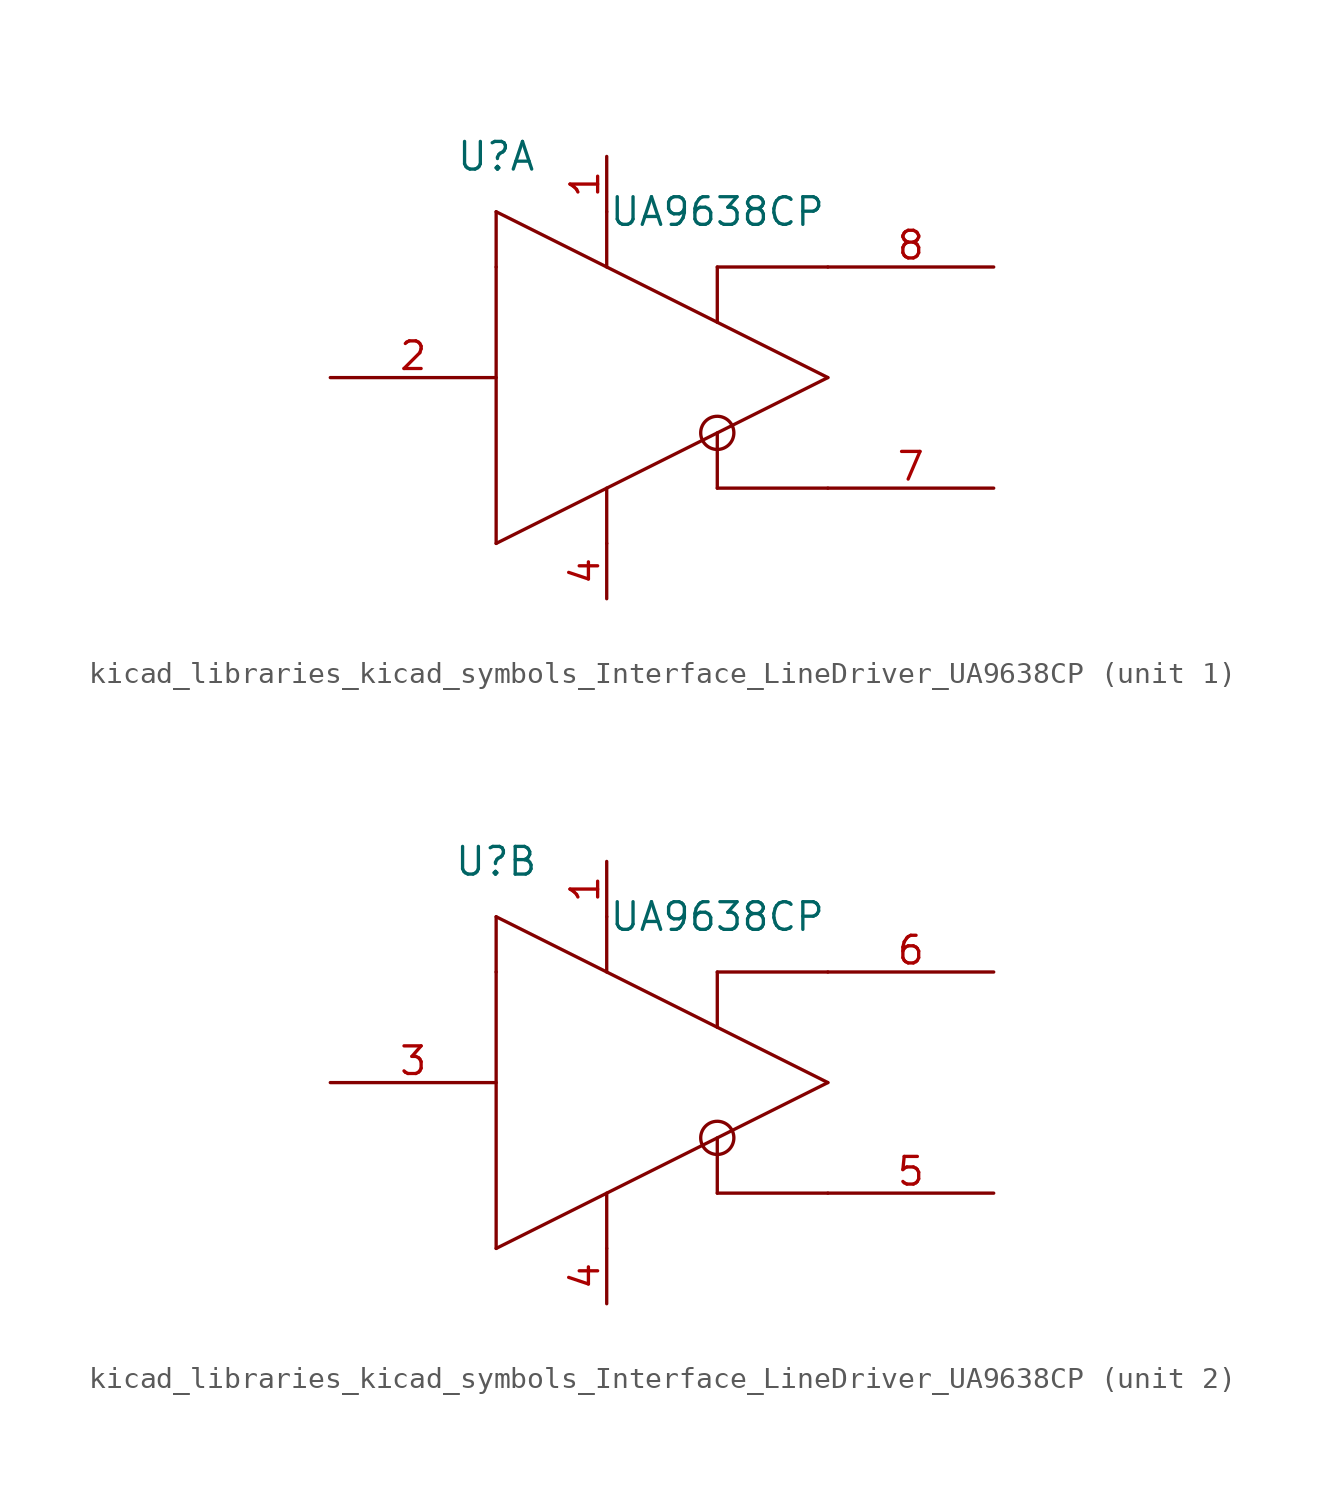
<source format=kicad_sym>
(kicad_symbol_lib
  (version 20220914)
  (generator kicad_symbol_editor)
  (symbol "kicad_libraries_kicad_symbols_Interface_LineDriver_UA9638CP"
    (pin_names
      (offset 1.016) hide)
    (property "Reference" "U"
      (at -7.62 10.16 0)
      (effects (font (size 1.27 1.27))))
    (property "Value" "UA9638CP"
      (at 2.54 7.62 0)
      (effects (font (size 1.27 1.27))))
    (symbol "kicad_libraries_kicad_symbols_Interface_LineDriver_UA9638CP_0_1"
      (polyline (pts (xy -7.62 5.08) (xy -7.62 -7.62)) (stroke (width 0) (type default)) (fill (type none)))
      (polyline (pts (xy -7.62 5.08) (xy -7.62 7.62)) (stroke (width 0) (type default)) (fill (type none)))
      (polyline (pts (xy -7.62 7.62) (xy 7.62 0)) (stroke (width 0) (type default)) (fill (type none)))
      (polyline (pts (xy -2.54 -5.08) (xy -2.54 -7.62)) (stroke (width 0) (type default)) (fill (type none)))
      (polyline (pts (xy -2.54 5.08) (xy -2.54 7.62)) (stroke (width 0) (type default)) (fill (type none)))
      (polyline (pts (xy 2.54 -5.08) (xy 7.62 -5.08)) (stroke (width 0) (type default)) (fill (type none)))
      (polyline (pts (xy 2.54 -2.54) (xy 2.54 -5.08)) (stroke (width 0) (type default)) (fill (type none)))
      (polyline (pts (xy 2.54 5.08) (xy 2.54 2.54)) (stroke (width 0) (type default)) (fill (type none)))
      (polyline (pts (xy 7.62 0) (xy -7.62 -7.62)) (stroke (width 0) (type default)) (fill (type none)))
      (polyline (pts (xy 7.62 5.08) (xy 2.54 5.08)) (stroke (width 0) (type default)) (fill (type none)))
      (circle (center 2.54 -2.54) (radius 0.762) (stroke (width 0) (type default)) (fill (type none))))
    (symbol "kicad_libraries_kicad_symbols_Interface_LineDriver_UA9638CP_1_1"
      (pin power_in line (at -2.54 10.16 270) (length 2.54) (name "VCC" (effects (font (size 1.27 1.27)))) (number "1" (effects (font (size 1.27 1.27)))))
      (pin input line (at -15.24 0 0) (length 7.62) (name "IN" (effects (font (size 1.27 1.27)))) (number "2" (effects (font (size 1.27 1.27)))))
      (pin power_in line (at -2.54 -10.16 90) (length 2.54) (name "GND" (effects (font (size 1.27 1.27)))) (number "4" (effects (font (size 1.27 1.27)))))
      (pin output line (at 15.24 -5.08 180) (length 7.62) (name "OUTA" (effects (font (size 1.27 1.27)))) (number "7" (effects (font (size 1.27 1.27)))))
      (pin output line (at 15.24 5.08 180) (length 7.62) (name "OUTB" (effects (font (size 1.27 1.27)))) (number "8" (effects (font (size 1.27 1.27))))))
    (symbol "kicad_libraries_kicad_symbols_Interface_LineDriver_UA9638CP_2_1"
      (pin power_in line (at -2.54 10.16 270) (length 2.54) (name "VCC" (effects (font (size 1.27 1.27)))) (number "1" (effects (font (size 1.27 1.27)))))
      (pin input line (at -15.24 0 0) (length 7.62) (name "IN" (effects (font (size 1.27 1.27)))) (number "3" (effects (font (size 1.27 1.27)))))
      (pin power_in line (at -2.54 -10.16 90) (length 2.54) (name "GND" (effects (font (size 1.27 1.27)))) (number "4" (effects (font (size 1.27 1.27)))))
      (pin output line (at 15.24 -5.08 180) (length 7.62) (name "OUTA" (effects (font (size 1.27 1.27)))) (number "5" (effects (font (size 1.27 1.27)))))
      (pin output line (at 15.24 5.08 180) (length 7.62) (name "OUTB" (effects (font (size 1.27 1.27)))) (number "6" (effects (font (size 1.27 1.27))))))))
</source>
